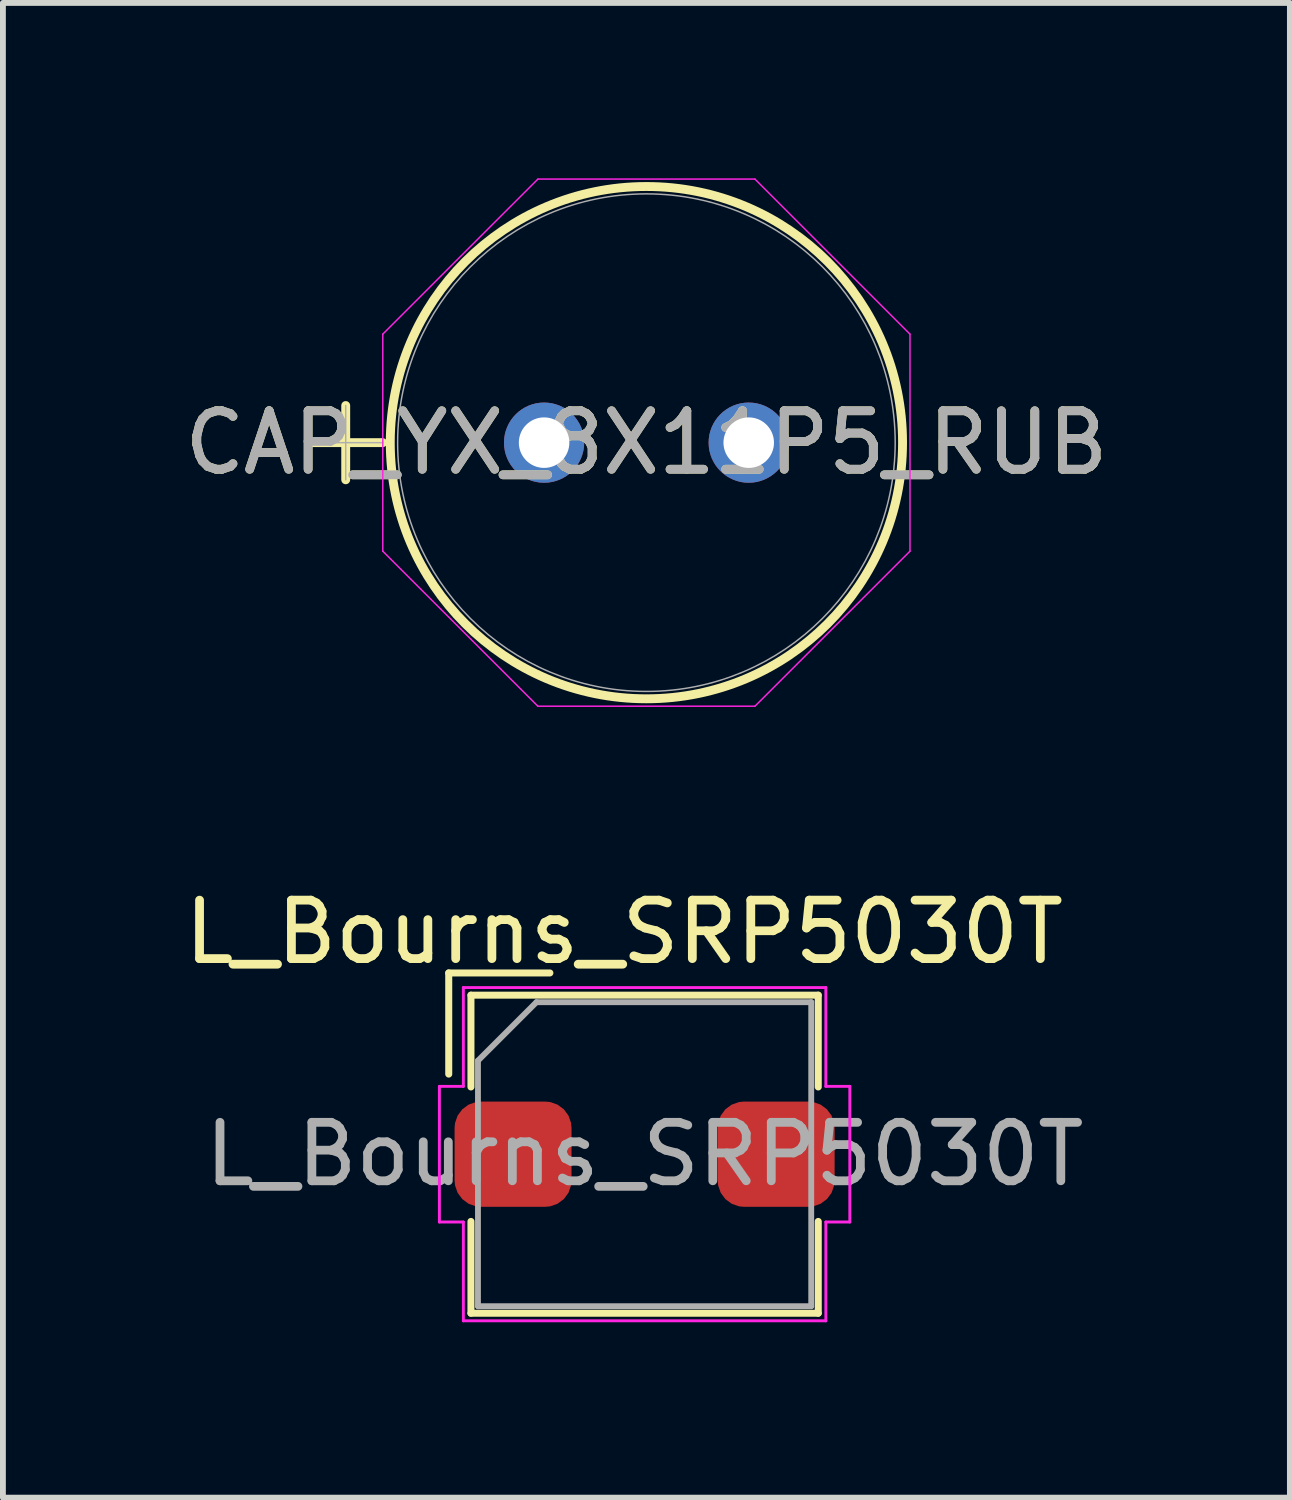
<source format=kicad_pcb>
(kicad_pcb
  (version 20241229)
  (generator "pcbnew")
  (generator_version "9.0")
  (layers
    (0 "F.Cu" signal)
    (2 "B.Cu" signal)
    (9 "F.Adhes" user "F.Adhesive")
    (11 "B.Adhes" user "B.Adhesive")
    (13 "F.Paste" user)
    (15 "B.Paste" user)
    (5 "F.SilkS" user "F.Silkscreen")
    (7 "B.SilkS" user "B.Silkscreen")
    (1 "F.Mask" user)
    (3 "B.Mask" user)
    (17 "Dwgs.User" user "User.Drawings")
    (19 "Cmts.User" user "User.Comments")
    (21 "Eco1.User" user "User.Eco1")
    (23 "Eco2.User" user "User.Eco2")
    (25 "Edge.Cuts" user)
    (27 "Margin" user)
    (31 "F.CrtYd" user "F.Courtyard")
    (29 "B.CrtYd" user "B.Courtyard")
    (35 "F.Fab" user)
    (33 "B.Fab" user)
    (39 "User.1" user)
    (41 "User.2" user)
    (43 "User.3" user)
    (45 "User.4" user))
  (footprint "CAP_YX_8X11P5_RUB"
    (layer "F.Cu")
    (at 6.256 4.521)
    (property "Reference" "CAP_YX_8X11P5_RUB" (at 1.75 0 0) (unlocked yes) (layer "F.SilkS") (effects (font (size 1 1) (thickness 0.15))))
    (attr through_hole)
    (fp_line (start -4.029 0) (end -2.759 0) (stroke (width 0.152) (type solid)) (layer "F.SilkS"))
    (fp_line (start -3.393 -0.635) (end -3.393 0.635) (stroke (width 0.152) (type solid)) (layer "F.SilkS"))
    (fp_circle (center 1.75 0) (end 6.131 0) (stroke (width 0.152) (type solid)) (fill no) (layer "F.SilkS"))
    (fp_line (start -2.759 -1.856) (end -0.106 -4.508) (stroke (width 0.025) (type solid)) (layer "F.CrtYd"))
    (fp_line (start -2.759 1.856) (end -2.759 -1.856) (stroke (width 0.025) (type solid)) (layer "F.CrtYd"))
    (fp_line (start -0.106 -4.508) (end 3.606 -4.508) (stroke (width 0.025) (type solid)) (layer "F.CrtYd"))
    (fp_line (start -0.106 4.508) (end -2.759 1.856) (stroke (width 0.025) (type solid)) (layer "F.CrtYd"))
    (fp_line (start 3.606 -4.508) (end 6.258 -1.856) (stroke (width 0.025) (type solid)) (layer "F.CrtYd"))
    (fp_line (start 3.606 4.508) (end -0.106 4.508) (stroke (width 0.025) (type solid)) (layer "F.CrtYd"))
    (fp_line (start 6.258 -1.856) (end 6.258 1.856) (stroke (width 0.025) (type solid)) (layer "F.CrtYd"))
    (fp_line (start 6.258 1.856) (end 3.606 4.508) (stroke (width 0.025) (type solid)) (layer "F.CrtYd"))
    (fp_line (start -4.029 0) (end -2.759 0) (stroke (width 0.025) (type solid)) (layer "F.Fab"))
    (fp_line (start -3.393 -0.635) (end -3.393 0.635) (stroke (width 0.025) (type solid)) (layer "F.Fab"))
    (fp_circle (center 1.75 0) (end 6.005 0) (stroke (width 0.025) (type solid)) (fill no) (layer "F.Fab"))
    (fp_text user "${REFERENCE}" (at 1.75 0 0) (unlocked yes) (layer "F.Fab") (effects (font (size 1 1) (thickness 0.15))))
    (pad "1" thru_hole circle (at 0 0) (size 1.372 1.372) (drill 0.864) (layers "*.Cu" "*.Mask"))
    (pad "2" thru_hole circle (at 3.5 0) (size 1.372 1.372) (drill 0.864) (layers "*.Cu" "*.Mask")))
  (footprint "L_Bourns_SRP5030T"
    (layer "F.Cu")
    (at 7.975 16.691)
    (property "Reference" "L_Bourns_SRP5030T" (at -0.35 -3.8 0) (layer "F.SilkS") (effects (font (size 1 1) (thickness 0.15))))
    (attr smd)
    (fp_line (start -3.35 -3.1) (end -1.62 -3.1) (stroke (width 0.12) (type solid)) (layer "F.SilkS"))
    (fp_line (start -3.35 -1.37) (end -3.35 -3.1) (stroke (width 0.12) (type solid)) (layer "F.SilkS"))
    (fp_line (start -2.97 -2.72) (end -2.97 -1.15) (stroke (width 0.12) (type solid)) (layer "F.SilkS"))
    (fp_line (start -2.97 -2.72) (end 2.97 -2.72) (stroke (width 0.12) (type solid)) (layer "F.SilkS"))
    (fp_line (start -2.97 1.15) (end -2.97 2.72) (stroke (width 0.12) (type solid)) (layer "F.SilkS"))
    (fp_line (start -2.97 2.72) (end 2.97 2.72) (stroke (width 0.12) (type solid)) (layer "F.SilkS"))
    (fp_line (start 2.97 -2.72) (end 2.97 -1.15) (stroke (width 0.12) (type solid)) (layer "F.SilkS"))
    (fp_line (start 2.97 1.15) (end 2.97 2.72) (stroke (width 0.12) (type solid)) (layer "F.SilkS"))
    (fp_line (start -3.51 -1.16) (end -3.51 1.16) (stroke (width 0.05) (type solid)) (layer "F.CrtYd"))
    (fp_line (start -3.51 1.16) (end -3.1 1.16) (stroke (width 0.05) (type solid)) (layer "F.CrtYd"))
    (fp_line (start -3.1 -2.85) (end -3.1 -1.16) (stroke (width 0.05) (type solid)) (layer "F.CrtYd"))
    (fp_line (start -3.1 -2.85) (end 3.1 -2.85) (stroke (width 0.05) (type solid)) (layer "F.CrtYd"))
    (fp_line (start -3.1 -1.16) (end -3.51 -1.16) (stroke (width 0.05) (type solid)) (layer "F.CrtYd"))
    (fp_line (start -3.1 1.16) (end -3.1 2.85) (stroke (width 0.05) (type solid)) (layer "F.CrtYd"))
    (fp_line (start -3.1 2.85) (end 3.1 2.85) (stroke (width 0.05) (type solid)) (layer "F.CrtYd"))
    (fp_line (start 3.1 -2.85) (end 3.1 -1.16) (stroke (width 0.05) (type solid)) (layer "F.CrtYd"))
    (fp_line (start 3.1 -1.16) (end 3.51 -1.16) (stroke (width 0.05) (type solid)) (layer "F.CrtYd"))
    (fp_line (start 3.1 1.16) (end 3.1 2.85) (stroke (width 0.05) (type solid)) (layer "F.CrtYd"))
    (fp_line (start 3.51 -1.16) (end 3.51 1.16) (stroke (width 0.05) (type solid)) (layer "F.CrtYd"))
    (fp_line (start 3.51 1.16) (end 3.1 1.16) (stroke (width 0.05) (type solid)) (layer "F.CrtYd"))
    (fp_line (start -2.85 -1.6) (end -1.85 -2.6) (stroke (width 0.1) (type solid)) (layer "F.Fab"))
    (fp_line (start -2.85 2.6) (end -2.85 -1.6) (stroke (width 0.1) (type solid)) (layer "F.Fab"))
    (fp_line (start -1.85 -2.6) (end 2.85 -2.6) (stroke (width 0.1) (type solid)) (layer "F.Fab"))
    (fp_line (start 2.85 -2.6) (end 2.85 2.6) (stroke (width 0.1) (type solid)) (layer "F.Fab"))
    (fp_line (start 2.85 2.6) (end -2.85 2.6) (stroke (width 0.1) (type solid)) (layer "F.Fab"))
    (fp_text user "${REFERENCE}" (at 0 0 0) (layer "F.Fab") (effects (font (size 1 1) (thickness 0.15))))
    (pad "1" smd roundrect (at -2.25 0) (size 2 1.8) (layers "F.Cu" "F.Mask" "F.Paste") (roundrect_rratio 0.25))
    (pad "2" smd roundrect (at 2.25 0) (size 2 1.8) (layers "F.Cu" "F.Mask" "F.Paste") (roundrect_rratio 0.25)))
  (gr_rect
    (start -3 -3)
    (end 19.012 22.566)
    (stroke (width 0.1) (type default))
    (fill no)
    (layer "Edge.Cuts")))
</source>
